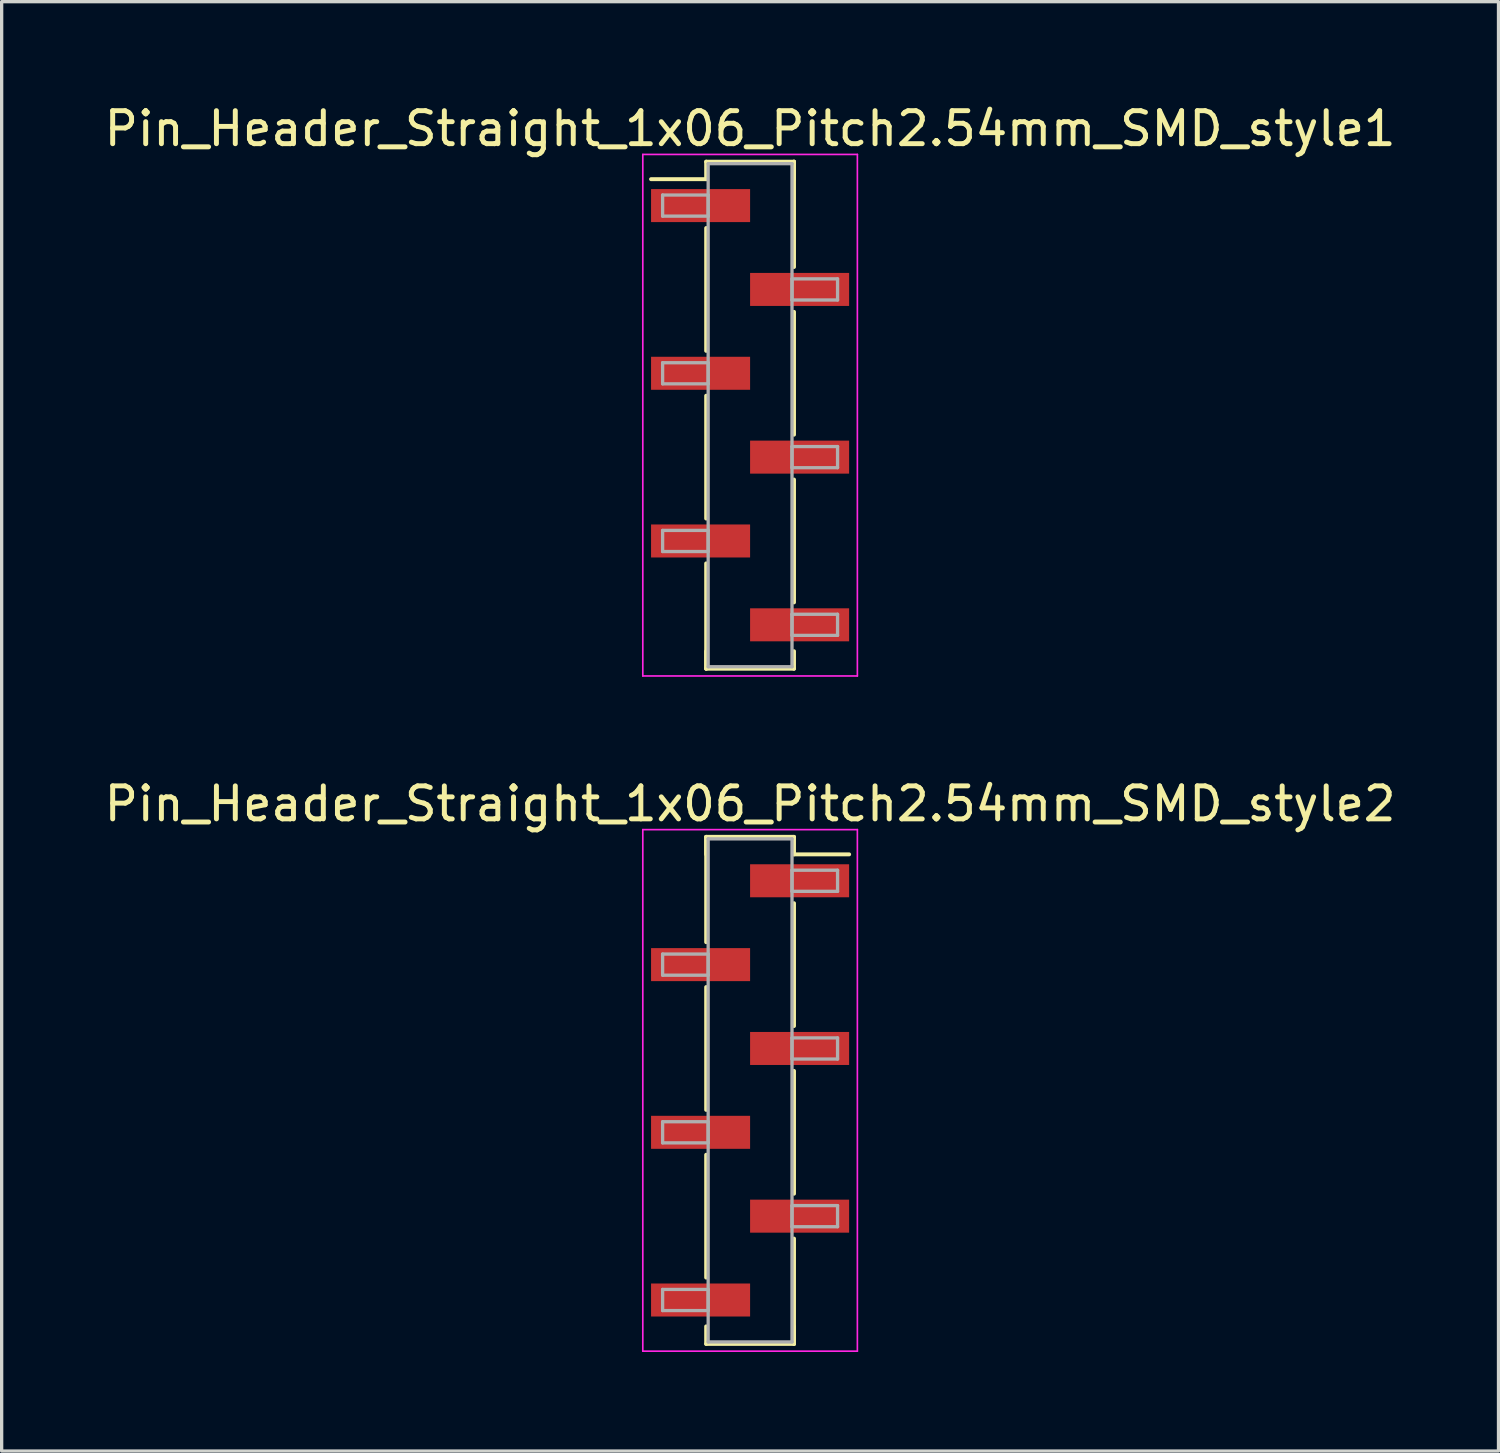
<source format=kicad_pcb>
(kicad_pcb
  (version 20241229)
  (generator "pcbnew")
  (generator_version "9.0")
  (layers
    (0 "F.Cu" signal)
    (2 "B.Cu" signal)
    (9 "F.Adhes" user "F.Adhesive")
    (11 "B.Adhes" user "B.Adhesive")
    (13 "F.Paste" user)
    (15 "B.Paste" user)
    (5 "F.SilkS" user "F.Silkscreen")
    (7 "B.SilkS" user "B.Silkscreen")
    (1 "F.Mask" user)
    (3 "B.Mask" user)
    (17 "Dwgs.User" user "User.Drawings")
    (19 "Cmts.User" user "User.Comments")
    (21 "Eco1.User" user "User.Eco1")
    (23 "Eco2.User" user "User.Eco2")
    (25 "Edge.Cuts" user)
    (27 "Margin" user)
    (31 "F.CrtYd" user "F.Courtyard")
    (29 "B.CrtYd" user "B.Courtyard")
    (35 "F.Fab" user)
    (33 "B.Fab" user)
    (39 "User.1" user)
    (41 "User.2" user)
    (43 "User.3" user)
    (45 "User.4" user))
  (footprint "Pin_Header_Straight_1x06_Pitch2.54mm_SMD_style2"
    (layer "F.Cu")
    (at 19.673 29.982)
    (property "Reference" "Pin_Header_Straight_1x06_Pitch2.54mm_SMD_style2" (at 0 -8.68 0) (layer "F.SilkS") (effects (font (size 1 1) (thickness 0.15))))
    (attr smd)
    (fp_line (start -1.33 -7.68) (end -1.33 -4.49) (stroke (width 0.12) (type solid)) (layer "F.SilkS"))
    (fp_line (start -1.33 -7.68) (end 1.33 -7.68) (stroke (width 0.12) (type solid)) (layer "F.SilkS"))
    (fp_line (start -1.33 -7.15) (end -1.33 -7.68) (stroke (width 0.12) (type solid)) (layer "F.SilkS"))
    (fp_line (start -1.33 -3.13) (end -1.33 0.59) (stroke (width 0.12) (type solid)) (layer "F.SilkS"))
    (fp_line (start -1.33 1.95) (end -1.33 5.67) (stroke (width 0.12) (type solid)) (layer "F.SilkS"))
    (fp_line (start -1.33 7.15) (end -1.33 7.68) (stroke (width 0.12) (type solid)) (layer "F.SilkS"))
    (fp_line (start -1.33 7.68) (end 1.33 7.68) (stroke (width 0.12) (type solid)) (layer "F.SilkS"))
    (fp_line (start 1.33 -7.68) (end 1.33 -7.15) (stroke (width 0.12) (type solid)) (layer "F.SilkS"))
    (fp_line (start 1.33 -7.15) (end 3 -7.15) (stroke (width 0.12) (type solid)) (layer "F.SilkS"))
    (fp_line (start 1.33 -5.67) (end 1.33 -1.95) (stroke (width 0.12) (type solid)) (layer "F.SilkS"))
    (fp_line (start 1.33 -0.59) (end 1.33 3.13) (stroke (width 0.12) (type solid)) (layer "F.SilkS"))
    (fp_line (start 1.33 4.49) (end 1.33 7.68) (stroke (width 0.12) (type solid)) (layer "F.SilkS"))
    (fp_line (start 1.33 7.68) (end 1.33 7.15) (stroke (width 0.12) (type solid)) (layer "F.SilkS"))
    (fp_line (start -3.25 -7.9) (end -3.25 7.9) (stroke (width 0.05) (type solid)) (layer "F.CrtYd"))
    (fp_line (start -3.25 7.9) (end 3.25 7.9) (stroke (width 0.05) (type solid)) (layer "F.CrtYd"))
    (fp_line (start 3.25 -7.9) (end -3.25 -7.9) (stroke (width 0.05) (type solid)) (layer "F.CrtYd"))
    (fp_line (start 3.25 7.9) (end 3.25 -7.9) (stroke (width 0.05) (type solid)) (layer "F.CrtYd"))
    (fp_line (start -2.65 -4.13) (end -1.27 -4.13) (stroke (width 0.1) (type solid)) (layer "F.Fab"))
    (fp_line (start -2.65 -3.49) (end -2.65 -4.13) (stroke (width 0.1) (type solid)) (layer "F.Fab"))
    (fp_line (start -2.65 0.95) (end -1.27 0.95) (stroke (width 0.1) (type solid)) (layer "F.Fab"))
    (fp_line (start -2.65 1.59) (end -2.65 0.95) (stroke (width 0.1) (type solid)) (layer "F.Fab"))
    (fp_line (start -2.65 6.03) (end -1.27 6.03) (stroke (width 0.1) (type solid)) (layer "F.Fab"))
    (fp_line (start -2.65 6.67) (end -2.65 6.03) (stroke (width 0.1) (type solid)) (layer "F.Fab"))
    (fp_line (start -1.27 -7.62) (end -1.27 7.62) (stroke (width 0.1) (type solid)) (layer "F.Fab"))
    (fp_line (start -1.27 -4.13) (end -1.27 -3.49) (stroke (width 0.1) (type solid)) (layer "F.Fab"))
    (fp_line (start -1.27 -3.49) (end -2.65 -3.49) (stroke (width 0.1) (type solid)) (layer "F.Fab"))
    (fp_line (start -1.27 0.95) (end -1.27 1.59) (stroke (width 0.1) (type solid)) (layer "F.Fab"))
    (fp_line (start -1.27 1.59) (end -2.65 1.59) (stroke (width 0.1) (type solid)) (layer "F.Fab"))
    (fp_line (start -1.27 6.03) (end -1.27 6.67) (stroke (width 0.1) (type solid)) (layer "F.Fab"))
    (fp_line (start -1.27 6.67) (end -2.65 6.67) (stroke (width 0.1) (type solid)) (layer "F.Fab"))
    (fp_line (start -1.27 7.62) (end 1.27 7.62) (stroke (width 0.1) (type solid)) (layer "F.Fab"))
    (fp_line (start 1.27 -7.62) (end -1.27 -7.62) (stroke (width 0.1) (type solid)) (layer "F.Fab"))
    (fp_line (start 1.27 -6.67) (end 1.27 -6.03) (stroke (width 0.1) (type solid)) (layer "F.Fab"))
    (fp_line (start 1.27 -6.03) (end 2.65 -6.03) (stroke (width 0.1) (type solid)) (layer "F.Fab"))
    (fp_line (start 1.27 -1.59) (end 1.27 -0.95) (stroke (width 0.1) (type solid)) (layer "F.Fab"))
    (fp_line (start 1.27 -0.95) (end 2.65 -0.95) (stroke (width 0.1) (type solid)) (layer "F.Fab"))
    (fp_line (start 1.27 3.49) (end 1.27 4.13) (stroke (width 0.1) (type solid)) (layer "F.Fab"))
    (fp_line (start 1.27 4.13) (end 2.65 4.13) (stroke (width 0.1) (type solid)) (layer "F.Fab"))
    (fp_line (start 1.27 7.62) (end 1.27 -7.62) (stroke (width 0.1) (type solid)) (layer "F.Fab"))
    (fp_line (start 2.65 -6.67) (end 1.27 -6.67) (stroke (width 0.1) (type solid)) (layer "F.Fab"))
    (fp_line (start 2.65 -6.03) (end 2.65 -6.67) (stroke (width 0.1) (type solid)) (layer "F.Fab"))
    (fp_line (start 2.65 -1.59) (end 1.27 -1.59) (stroke (width 0.1) (type solid)) (layer "F.Fab"))
    (fp_line (start 2.65 -0.95) (end 2.65 -1.59) (stroke (width 0.1) (type solid)) (layer "F.Fab"))
    (fp_line (start 2.65 3.49) (end 1.27 3.49) (stroke (width 0.1) (type solid)) (layer "F.Fab"))
    (fp_line (start 2.65 4.13) (end 2.65 3.49) (stroke (width 0.1) (type solid)) (layer "F.Fab"))
    (pad "1" smd rect (at 1.5 -6.35) (size 3 1) (layers "F.Cu" "F.Mask"))
    (pad "2" smd rect (at -1.5 -3.81) (size 3 1) (layers "F.Cu" "F.Mask"))
    (pad "3" smd rect (at 1.5 -1.27) (size 3 1) (layers "F.Cu" "F.Mask"))
    (pad "4" smd rect (at -1.5 1.27) (size 3 1) (layers "F.Cu" "F.Mask"))
    (pad "5" smd rect (at 1.5 3.81) (size 3 1) (layers "F.Cu" "F.Mask"))
    (pad "6" smd rect (at -1.5 6.35) (size 3 1) (layers "F.Cu" "F.Mask")))
  (footprint "Pin_Header_Straight_1x06_Pitch2.54mm_SMD_style1"
    (layer "F.Cu")
    (at 19.673 9.528)
    (property "Reference" "Pin_Header_Straight_1x06_Pitch2.54mm_SMD_style1" (at 0 -8.68 0) (layer "F.SilkS") (effects (font (size 1 1) (thickness 0.15))))
    (attr smd)
    (fp_line (start -1.33 -7.68) (end 1.33 -7.68) (stroke (width 0.12) (type solid)) (layer "F.SilkS"))
    (fp_line (start -1.33 -7.15) (end -3 -7.15) (stroke (width 0.12) (type solid)) (layer "F.SilkS"))
    (fp_line (start -1.33 -7.15) (end -1.33 -7.68) (stroke (width 0.12) (type solid)) (layer "F.SilkS"))
    (fp_line (start -1.33 -5.67) (end -1.33 -1.95) (stroke (width 0.12) (type solid)) (layer "F.SilkS"))
    (fp_line (start -1.33 -0.59) (end -1.33 3.13) (stroke (width 0.12) (type solid)) (layer "F.SilkS"))
    (fp_line (start -1.33 4.49) (end -1.33 7.68) (stroke (width 0.12) (type solid)) (layer "F.SilkS"))
    (fp_line (start -1.33 7.15) (end -1.33 7.68) (stroke (width 0.12) (type solid)) (layer "F.SilkS"))
    (fp_line (start -1.33 7.68) (end 1.33 7.68) (stroke (width 0.12) (type solid)) (layer "F.SilkS"))
    (fp_line (start 1.33 -7.68) (end 1.33 -7.15) (stroke (width 0.12) (type solid)) (layer "F.SilkS"))
    (fp_line (start 1.33 -7.68) (end 1.33 -4.49) (stroke (width 0.12) (type solid)) (layer "F.SilkS"))
    (fp_line (start 1.33 -3.13) (end 1.33 0.59) (stroke (width 0.12) (type solid)) (layer "F.SilkS"))
    (fp_line (start 1.33 1.95) (end 1.33 5.67) (stroke (width 0.12) (type solid)) (layer "F.SilkS"))
    (fp_line (start 1.33 7.68) (end 1.33 7.15) (stroke (width 0.12) (type solid)) (layer "F.SilkS"))
    (fp_line (start -3.25 -7.9) (end -3.25 7.9) (stroke (width 0.05) (type solid)) (layer "F.CrtYd"))
    (fp_line (start -3.25 7.9) (end 3.25 7.9) (stroke (width 0.05) (type solid)) (layer "F.CrtYd"))
    (fp_line (start 3.25 -7.9) (end -3.25 -7.9) (stroke (width 0.05) (type solid)) (layer "F.CrtYd"))
    (fp_line (start 3.25 7.9) (end 3.25 -7.9) (stroke (width 0.05) (type solid)) (layer "F.CrtYd"))
    (fp_line (start -2.65 -6.67) (end -1.27 -6.67) (stroke (width 0.1) (type solid)) (layer "F.Fab"))
    (fp_line (start -2.65 -6.03) (end -2.65 -6.67) (stroke (width 0.1) (type solid)) (layer "F.Fab"))
    (fp_line (start -2.65 -1.59) (end -1.27 -1.59) (stroke (width 0.1) (type solid)) (layer "F.Fab"))
    (fp_line (start -2.65 -0.95) (end -2.65 -1.59) (stroke (width 0.1) (type solid)) (layer "F.Fab"))
    (fp_line (start -2.65 3.49) (end -1.27 3.49) (stroke (width 0.1) (type solid)) (layer "F.Fab"))
    (fp_line (start -2.65 4.13) (end -2.65 3.49) (stroke (width 0.1) (type solid)) (layer "F.Fab"))
    (fp_line (start -1.27 -7.62) (end -1.27 7.62) (stroke (width 0.1) (type solid)) (layer "F.Fab"))
    (fp_line (start -1.27 -6.67) (end -1.27 -6.03) (stroke (width 0.1) (type solid)) (layer "F.Fab"))
    (fp_line (start -1.27 -6.03) (end -2.65 -6.03) (stroke (width 0.1) (type solid)) (layer "F.Fab"))
    (fp_line (start -1.27 -1.59) (end -1.27 -0.95) (stroke (width 0.1) (type solid)) (layer "F.Fab"))
    (fp_line (start -1.27 -0.95) (end -2.65 -0.95) (stroke (width 0.1) (type solid)) (layer "F.Fab"))
    (fp_line (start -1.27 3.49) (end -1.27 4.13) (stroke (width 0.1) (type solid)) (layer "F.Fab"))
    (fp_line (start -1.27 4.13) (end -2.65 4.13) (stroke (width 0.1) (type solid)) (layer "F.Fab"))
    (fp_line (start -1.27 7.62) (end 1.27 7.62) (stroke (width 0.1) (type solid)) (layer "F.Fab"))
    (fp_line (start 1.27 -7.62) (end -1.27 -7.62) (stroke (width 0.1) (type solid)) (layer "F.Fab"))
    (fp_line (start 1.27 -4.13) (end 1.27 -3.49) (stroke (width 0.1) (type solid)) (layer "F.Fab"))
    (fp_line (start 1.27 -3.49) (end 2.65 -3.49) (stroke (width 0.1) (type solid)) (layer "F.Fab"))
    (fp_line (start 1.27 0.95) (end 1.27 1.59) (stroke (width 0.1) (type solid)) (layer "F.Fab"))
    (fp_line (start 1.27 1.59) (end 2.65 1.59) (stroke (width 0.1) (type solid)) (layer "F.Fab"))
    (fp_line (start 1.27 6.03) (end 1.27 6.67) (stroke (width 0.1) (type solid)) (layer "F.Fab"))
    (fp_line (start 1.27 6.67) (end 2.65 6.67) (stroke (width 0.1) (type solid)) (layer "F.Fab"))
    (fp_line (start 1.27 7.62) (end 1.27 -7.62) (stroke (width 0.1) (type solid)) (layer "F.Fab"))
    (fp_line (start 2.65 -4.13) (end 1.27 -4.13) (stroke (width 0.1) (type solid)) (layer "F.Fab"))
    (fp_line (start 2.65 -3.49) (end 2.65 -4.13) (stroke (width 0.1) (type solid)) (layer "F.Fab"))
    (fp_line (start 2.65 0.95) (end 1.27 0.95) (stroke (width 0.1) (type solid)) (layer "F.Fab"))
    (fp_line (start 2.65 1.59) (end 2.65 0.95) (stroke (width 0.1) (type solid)) (layer "F.Fab"))
    (fp_line (start 2.65 6.03) (end 1.27 6.03) (stroke (width 0.1) (type solid)) (layer "F.Fab"))
    (fp_line (start 2.65 6.67) (end 2.65 6.03) (stroke (width 0.1) (type solid)) (layer "F.Fab"))
    (pad "1" smd rect (at -1.5 -6.35) (size 3 1) (layers "F.Cu" "F.Mask"))
    (pad "2" smd rect (at 1.5 -3.81) (size 3 1) (layers "F.Cu" "F.Mask"))
    (pad "3" smd rect (at -1.5 -1.27) (size 3 1) (layers "F.Cu" "F.Mask"))
    (pad "4" smd rect (at 1.5 1.27) (size 3 1) (layers "F.Cu" "F.Mask"))
    (pad "5" smd rect (at -1.5 3.81) (size 3 1) (layers "F.Cu" "F.Mask"))
    (pad "6" smd rect (at 1.5 6.35) (size 3 1) (layers "F.Cu" "F.Mask")))
  (gr_rect
    (start -3 -3)
    (end 42.345 40.907)
    (stroke (width 0.1) (type default))
    (fill no)
    (layer "Edge.Cuts")))
</source>
